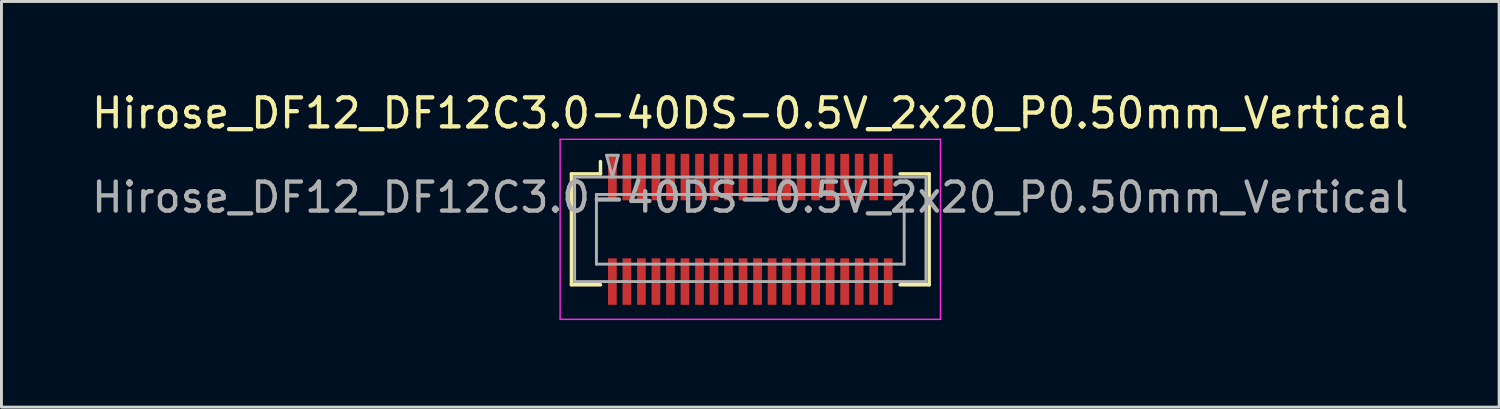
<source format=kicad_pcb>
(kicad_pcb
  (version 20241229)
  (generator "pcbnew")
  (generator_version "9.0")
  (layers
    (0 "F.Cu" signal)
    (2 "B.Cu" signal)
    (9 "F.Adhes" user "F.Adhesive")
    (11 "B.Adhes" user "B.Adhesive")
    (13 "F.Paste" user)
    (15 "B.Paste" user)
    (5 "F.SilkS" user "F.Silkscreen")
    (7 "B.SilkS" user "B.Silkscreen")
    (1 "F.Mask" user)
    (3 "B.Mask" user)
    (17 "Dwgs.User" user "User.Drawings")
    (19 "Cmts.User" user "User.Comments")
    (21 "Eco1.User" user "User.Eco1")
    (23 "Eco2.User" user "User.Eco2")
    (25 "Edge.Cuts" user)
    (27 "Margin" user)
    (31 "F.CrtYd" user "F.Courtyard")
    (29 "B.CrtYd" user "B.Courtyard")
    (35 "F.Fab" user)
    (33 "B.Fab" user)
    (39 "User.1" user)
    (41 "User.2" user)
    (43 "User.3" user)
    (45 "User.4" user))
  (footprint "Hirose_DF12_DF12C3.0-40DS-0.5V_2x20_P0.50mm_Vertical"
    (layer "F.Cu")
    (at 22.792 4.848)
    (property "Reference" "Hirose_DF12_DF12C3.0-40DS-0.5V_2x20_P0.50mm_Vertical" (at 0 -4 0) (layer "F.SilkS") (effects (font (size 1 1) (thickness 0.15))))
    (attr smd)
    (fp_line (start -6.16 -1.91) (end -5.16 -1.91) (stroke (width 0.12) (type solid)) (layer "F.SilkS"))
    (fp_line (start -6.16 1.91) (end -6.16 -1.91) (stroke (width 0.12) (type solid)) (layer "F.SilkS"))
    (fp_line (start -5.16 -1.91) (end -5.16 -2.333) (stroke (width 0.12) (type solid)) (layer "F.SilkS"))
    (fp_line (start -5.16 1.91) (end -6.16 1.91) (stroke (width 0.12) (type solid)) (layer "F.SilkS"))
    (fp_line (start 5.16 1.91) (end 6.16 1.91) (stroke (width 0.12) (type solid)) (layer "F.SilkS"))
    (fp_line (start 6.16 -1.91) (end 5.16 -1.91) (stroke (width 0.12) (type solid)) (layer "F.SilkS"))
    (fp_line (start 6.16 1.91) (end 6.16 -1.91) (stroke (width 0.12) (type solid)) (layer "F.SilkS"))
    (fp_line (start -6.55 -3.1) (end -6.55 3.1) (stroke (width 0.05) (type solid)) (layer "F.CrtYd"))
    (fp_line (start -6.55 3.1) (end 6.55 3.1) (stroke (width 0.05) (type solid)) (layer "F.CrtYd"))
    (fp_line (start 6.55 -3.1) (end -6.55 -3.1) (stroke (width 0.05) (type solid)) (layer "F.CrtYd"))
    (fp_line (start 6.55 3.1) (end 6.55 -3.1) (stroke (width 0.05) (type solid)) (layer "F.CrtYd"))
    (fp_line (start -6.05 -1.8) (end 6.05 -1.8) (stroke (width 0.1) (type solid)) (layer "F.Fab"))
    (fp_line (start -6.05 1.8) (end -6.05 -1.8) (stroke (width 0.1) (type solid)) (layer "F.Fab"))
    (fp_line (start -5.3 -1.2) (end 5.3 -1.2) (stroke (width 0.1) (type solid)) (layer "F.Fab"))
    (fp_line (start -5.3 1.2) (end -5.3 -1.2) (stroke (width 0.1) (type solid)) (layer "F.Fab"))
    (fp_line (start -4.95 -2.55) (end -4.75 -1.8) (stroke (width 0.1) (type solid)) (layer "F.Fab"))
    (fp_line (start -4.75 -1.8) (end -4.55 -2.55) (stroke (width 0.1) (type solid)) (layer "F.Fab"))
    (fp_line (start -4.55 -2.55) (end -4.95 -2.55) (stroke (width 0.1) (type solid)) (layer "F.Fab"))
    (fp_line (start 5.3 -1.2) (end 5.3 1.2) (stroke (width 0.1) (type solid)) (layer "F.Fab"))
    (fp_line (start 5.3 1.2) (end -5.3 1.2) (stroke (width 0.1) (type solid)) (layer "F.Fab"))
    (fp_line (start 6.05 -1.8) (end 6.05 1.8) (stroke (width 0.1) (type solid)) (layer "F.Fab"))
    (fp_line (start 6.05 1.8) (end -6.05 1.8) (stroke (width 0.1) (type solid)) (layer "F.Fab"))
    (fp_text user "${REFERENCE}" (at 0 -1.1 0) (layer "F.Fab") (effects (font (size 1 1) (thickness 0.15))))
    (pad "" smd rect (at -4.75 -2) (size 0.28 1.2) (layers "F.Paste"))
    (pad "" smd rect (at -4.75 2) (size 0.28 1.2) (layers "F.Paste"))
    (pad "" smd rect (at -4.25 -2) (size 0.28 1.2) (layers "F.Paste"))
    (pad "" smd rect (at -4.25 2) (size 0.28 1.2) (layers "F.Paste"))
    (pad "" smd rect (at -3.75 -2) (size 0.28 1.2) (layers "F.Paste"))
    (pad "" smd rect (at -3.75 2) (size 0.28 1.2) (layers "F.Paste"))
    (pad "" smd rect (at -3.25 -2) (size 0.28 1.2) (layers "F.Paste"))
    (pad "" smd rect (at -3.25 2) (size 0.28 1.2) (layers "F.Paste"))
    (pad "" smd rect (at -2.75 -2) (size 0.28 1.2) (layers "F.Paste"))
    (pad "" smd rect (at -2.75 2) (size 0.28 1.2) (layers "F.Paste"))
    (pad "" smd rect (at -2.25 -2) (size 0.28 1.2) (layers "F.Paste"))
    (pad "" smd rect (at -2.25 2) (size 0.28 1.2) (layers "F.Paste"))
    (pad "" smd rect (at -1.75 -2) (size 0.28 1.2) (layers "F.Paste"))
    (pad "" smd rect (at -1.75 2) (size 0.28 1.2) (layers "F.Paste"))
    (pad "" smd rect (at -1.25 -2) (size 0.28 1.2) (layers "F.Paste"))
    (pad "" smd rect (at -1.25 2) (size 0.28 1.2) (layers "F.Paste"))
    (pad "" smd rect (at -0.75 -2) (size 0.28 1.2) (layers "F.Paste"))
    (pad "" smd rect (at -0.75 2) (size 0.28 1.2) (layers "F.Paste"))
    (pad "" smd rect (at -0.25 -2) (size 0.28 1.2) (layers "F.Paste"))
    (pad "" smd rect (at -0.25 2) (size 0.28 1.2) (layers "F.Paste"))
    (pad "" smd rect (at 0.25 -2) (size 0.28 1.2) (layers "F.Paste"))
    (pad "" smd rect (at 0.25 2) (size 0.28 1.2) (layers "F.Paste"))
    (pad "" smd rect (at 0.75 -2) (size 0.28 1.2) (layers "F.Paste"))
    (pad "" smd rect (at 0.75 2) (size 0.28 1.2) (layers "F.Paste"))
    (pad "" smd rect (at 1.25 -2) (size 0.28 1.2) (layers "F.Paste"))
    (pad "" smd rect (at 1.25 2) (size 0.28 1.2) (layers "F.Paste"))
    (pad "" smd rect (at 1.75 -2) (size 0.28 1.2) (layers "F.Paste"))
    (pad "" smd rect (at 1.75 2) (size 0.28 1.2) (layers "F.Paste"))
    (pad "" smd rect (at 2.25 -2) (size 0.28 1.2) (layers "F.Paste"))
    (pad "" smd rect (at 2.25 2) (size 0.28 1.2) (layers "F.Paste"))
    (pad "" smd rect (at 2.75 -2) (size 0.28 1.2) (layers "F.Paste"))
    (pad "" smd rect (at 2.75 2) (size 0.28 1.2) (layers "F.Paste"))
    (pad "" smd rect (at 3.25 -2) (size 0.28 1.2) (layers "F.Paste"))
    (pad "" smd rect (at 3.25 2) (size 0.28 1.2) (layers "F.Paste"))
    (pad "" smd rect (at 3.75 -2) (size 0.28 1.2) (layers "F.Paste"))
    (pad "" smd rect (at 3.75 2) (size 0.28 1.2) (layers "F.Paste"))
    (pad "" smd rect (at 4.25 -2) (size 0.28 1.2) (layers "F.Paste"))
    (pad "" smd rect (at 4.25 2) (size 0.28 1.2) (layers "F.Paste"))
    (pad "" smd rect (at 4.75 -2) (size 0.28 1.2) (layers "F.Paste"))
    (pad "" smd rect (at 4.75 2) (size 0.28 1.2) (layers "F.Paste"))
    (pad "1" smd rect (at -4.75 -1.8) (size 0.3 1.6) (layers "F.Cu" "F.Mask"))
    (pad "2" smd rect (at -4.25 -1.8) (size 0.3 1.6) (layers "F.Cu" "F.Mask"))
    (pad "3" smd rect (at -3.75 -1.8) (size 0.3 1.6) (layers "F.Cu" "F.Mask"))
    (pad "4" smd rect (at -3.25 -1.8) (size 0.3 1.6) (layers "F.Cu" "F.Mask"))
    (pad "5" smd rect (at -2.75 -1.8) (size 0.3 1.6) (layers "F.Cu" "F.Mask"))
    (pad "6" smd rect (at -2.25 -1.8) (size 0.3 1.6) (layers "F.Cu" "F.Mask"))
    (pad "7" smd rect (at -1.75 -1.8) (size 0.3 1.6) (layers "F.Cu" "F.Mask"))
    (pad "8" smd rect (at -1.25 -1.8) (size 0.3 1.6) (layers "F.Cu" "F.Mask"))
    (pad "9" smd rect (at -0.75 -1.8) (size 0.3 1.6) (layers "F.Cu" "F.Mask"))
    (pad "10" smd rect (at -0.25 -1.8) (size 0.3 1.6) (layers "F.Cu" "F.Mask"))
    (pad "11" smd rect (at 0.25 -1.8) (size 0.3 1.6) (layers "F.Cu" "F.Mask"))
    (pad "12" smd rect (at 0.75 -1.8) (size 0.3 1.6) (layers "F.Cu" "F.Mask"))
    (pad "13" smd rect (at 1.25 -1.8) (size 0.3 1.6) (layers "F.Cu" "F.Mask"))
    (pad "14" smd rect (at 1.75 -1.8) (size 0.3 1.6) (layers "F.Cu" "F.Mask"))
    (pad "15" smd rect (at 2.25 -1.8) (size 0.3 1.6) (layers "F.Cu" "F.Mask"))
    (pad "16" smd rect (at 2.75 -1.8) (size 0.3 1.6) (layers "F.Cu" "F.Mask"))
    (pad "17" smd rect (at 3.25 -1.8) (size 0.3 1.6) (layers "F.Cu" "F.Mask"))
    (pad "18" smd rect (at 3.75 -1.8) (size 0.3 1.6) (layers "F.Cu" "F.Mask"))
    (pad "19" smd rect (at 4.25 -1.8) (size 0.3 1.6) (layers "F.Cu" "F.Mask"))
    (pad "20" smd rect (at 4.75 -1.8) (size 0.3 1.6) (layers "F.Cu" "F.Mask"))
    (pad "21" smd rect (at -4.75 1.8) (size 0.3 1.6) (layers "F.Cu" "F.Mask"))
    (pad "22" smd rect (at -4.25 1.8) (size 0.3 1.6) (layers "F.Cu" "F.Mask"))
    (pad "23" smd rect (at -3.75 1.8) (size 0.3 1.6) (layers "F.Cu" "F.Mask"))
    (pad "24" smd rect (at -3.25 1.8) (size 0.3 1.6) (layers "F.Cu" "F.Mask"))
    (pad "25" smd rect (at -2.75 1.8) (size 0.3 1.6) (layers "F.Cu" "F.Mask"))
    (pad "26" smd rect (at -2.25 1.8) (size 0.3 1.6) (layers "F.Cu" "F.Mask"))
    (pad "27" smd rect (at -1.75 1.8) (size 0.3 1.6) (layers "F.Cu" "F.Mask"))
    (pad "28" smd rect (at -1.25 1.8) (size 0.3 1.6) (layers "F.Cu" "F.Mask"))
    (pad "29" smd rect (at -0.75 1.8) (size 0.3 1.6) (layers "F.Cu" "F.Mask"))
    (pad "30" smd rect (at -0.25 1.8) (size 0.3 1.6) (layers "F.Cu" "F.Mask"))
    (pad "31" smd rect (at 0.25 1.8) (size 0.3 1.6) (layers "F.Cu" "F.Mask"))
    (pad "32" smd rect (at 0.75 1.8) (size 0.3 1.6) (layers "F.Cu" "F.Mask"))
    (pad "33" smd rect (at 1.25 1.8) (size 0.3 1.6) (layers "F.Cu" "F.Mask"))
    (pad "34" smd rect (at 1.75 1.8) (size 0.3 1.6) (layers "F.Cu" "F.Mask"))
    (pad "35" smd rect (at 2.25 1.8) (size 0.3 1.6) (layers "F.Cu" "F.Mask"))
    (pad "36" smd rect (at 2.75 1.8) (size 0.3 1.6) (layers "F.Cu" "F.Mask"))
    (pad "37" smd rect (at 3.25 1.8) (size 0.3 1.6) (layers "F.Cu" "F.Mask"))
    (pad "38" smd rect (at 3.75 1.8) (size 0.3 1.6) (layers "F.Cu" "F.Mask"))
    (pad "39" smd rect (at 4.25 1.8) (size 0.3 1.6) (layers "F.Cu" "F.Mask"))
    (pad "40" smd rect (at 4.75 1.8) (size 0.3 1.6) (layers "F.Cu" "F.Mask")))
  (gr_rect
    (start -3 -3)
    (end 48.583 10.973)
    (stroke (width 0.1) (type default))
    (fill no)
    (layer "Edge.Cuts")))
</source>
